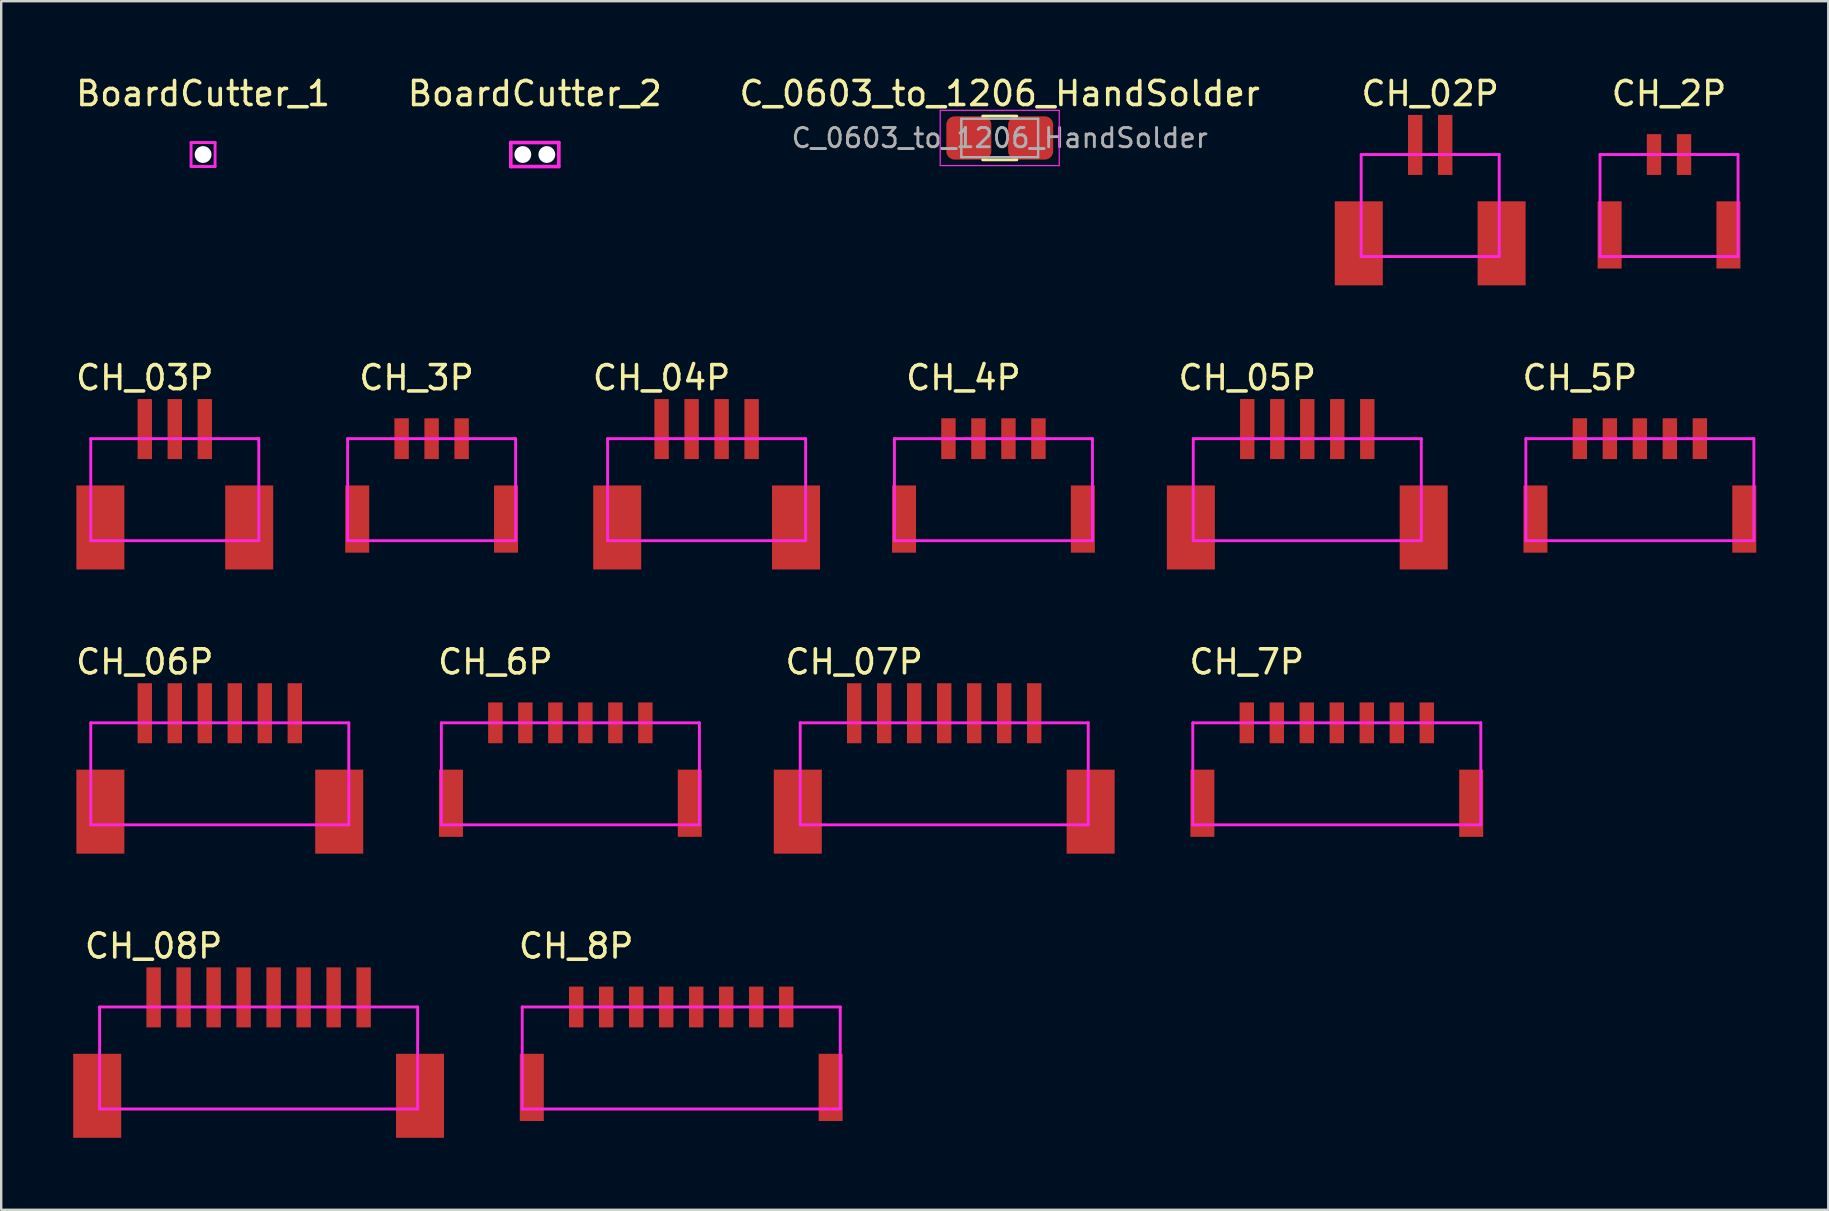
<source format=kicad_pcb>
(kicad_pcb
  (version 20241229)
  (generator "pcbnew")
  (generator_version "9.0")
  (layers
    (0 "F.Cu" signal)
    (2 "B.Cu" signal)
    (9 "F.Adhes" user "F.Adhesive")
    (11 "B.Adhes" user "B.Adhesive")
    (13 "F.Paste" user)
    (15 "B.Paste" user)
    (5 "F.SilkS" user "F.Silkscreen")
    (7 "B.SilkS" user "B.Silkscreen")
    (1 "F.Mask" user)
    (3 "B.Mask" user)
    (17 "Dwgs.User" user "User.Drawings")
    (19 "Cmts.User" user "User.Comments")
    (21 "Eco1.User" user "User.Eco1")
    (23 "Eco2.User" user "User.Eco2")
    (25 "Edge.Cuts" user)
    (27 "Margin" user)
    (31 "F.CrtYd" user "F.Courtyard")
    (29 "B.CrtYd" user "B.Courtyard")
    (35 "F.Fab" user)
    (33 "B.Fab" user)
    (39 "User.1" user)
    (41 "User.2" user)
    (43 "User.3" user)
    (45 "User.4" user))
  (footprint "CH_07P"
    (layer "F.Cu")
    (at 36.288 27.065)
    (property "Reference" "CH_07P" (at -3.75 -2.54 0) (layer "F.SilkS") (effects (font (size 1 1) (thickness 0.15))))
    (attr through_hole)
    (fp_line (start -6 0) (end -6 4.25) (stroke (width 0.12) (type solid)) (layer "F.CrtYd"))
    (fp_line (start -6 0) (end 6 0) (stroke (width 0.12) (type solid)) (layer "F.CrtYd"))
    (fp_line (start 6 0) (end 6 4.25) (stroke (width 0.12) (type solid)) (layer "F.CrtYd"))
    (fp_line (start 6 4.25) (end -6 4.25) (stroke (width 0.12) (type solid)) (layer "F.CrtYd"))
    (pad "0" connect rect (at -6.1 3.7) (size 2 3.5) (layers "F.Cu" "F.Mask"))
    (pad "0" connect rect (at 6.1 3.7) (size 2 3.5) (layers "F.Cu" "F.Mask"))
    (pad "1" connect rect (at -3.75 -0.4) (size 0.6 2.5) (layers "F.Cu" "F.Mask"))
    (pad "2" connect rect (at -2.5 -0.4) (size 0.6 2.5) (layers "F.Cu" "F.Mask"))
    (pad "3" connect rect (at -1.25 -0.4) (size 0.6 2.5) (layers "F.Cu" "F.Mask"))
    (pad "4" connect rect (at 0 -0.4) (size 0.6 2.5) (layers "F.Cu" "F.Mask"))
    (pad "5" connect rect (at 1.25 -0.4) (size 0.6 2.5) (layers "F.Cu" "F.Mask"))
    (pad "6" connect rect (at 2.5 -0.4) (size 0.6 2.5) (layers "F.Cu" "F.Mask"))
    (pad "7" connect rect (at 3.75 -0.4) (size 0.6 2.5) (layers "F.Cu" "F.Mask")))
  (footprint "CH_2P"
    (layer "F.Cu")
    (at 66.485 3.388)
    (property "Reference" "CH_2P" (at 0 -2.54 0) (layer "F.SilkS") (effects (font (size 1 1) (thickness 0.15))))
    (attr through_hole)
    (fp_line (start -2.875 0) (end -2.875 4.25) (stroke (width 0.12) (type solid)) (layer "F.CrtYd"))
    (fp_line (start -2.875 0) (end 2.875 0) (stroke (width 0.12) (type solid)) (layer "F.CrtYd"))
    (fp_line (start 2.875 0) (end 2.875 4.25) (stroke (width 0.12) (type solid)) (layer "F.CrtYd"))
    (fp_line (start 2.875 4.25) (end -2.875 4.25) (stroke (width 0.12) (type solid)) (layer "F.CrtYd"))
    (pad "0" connect rect (at -2.475 3.35) (size 1 2.8) (layers "F.Cu" "F.Mask"))
    (pad "0" connect rect (at 2.475 3.35) (size 1 2.8) (layers "F.Cu" "F.Mask"))
    (pad "1" connect rect (at -0.625 0) (size 0.6 1.7) (layers "F.Cu" "F.Mask"))
    (pad "2" connect rect (at 0.625 0) (size 0.6 1.7) (layers "F.Cu" "F.Mask")))
  (footprint "CH_5P"
    (layer "F.Cu")
    (at 62.77 15.226)
    (property "Reference" "CH_5P" (at 0 -2.54 0) (layer "F.SilkS") (effects (font (size 1 1) (thickness 0.15))))
    (attr through_hole)
    (fp_line (start -2.25 0) (end -2.25 4.25) (stroke (width 0.12) (type solid)) (layer "F.CrtYd"))
    (fp_line (start -2.25 0) (end 7.25 0) (stroke (width 0.12) (type solid)) (layer "F.CrtYd"))
    (fp_line (start 7.25 0) (end 7.25 4.25) (stroke (width 0.12) (type solid)) (layer "F.CrtYd"))
    (fp_line (start 7.25 4.25) (end -2.25 4.25) (stroke (width 0.12) (type solid)) (layer "F.CrtYd"))
    (pad "0" connect rect (at -1.85 3.35) (size 1 2.8) (layers "F.Cu" "F.Mask"))
    (pad "0" connect rect (at 6.85 3.35) (size 1 2.8) (layers "F.Cu" "F.Mask"))
    (pad "1" connect rect (at 0 0) (size 0.6 1.7) (layers "F.Cu" "F.Mask"))
    (pad "2" connect rect (at 1.25 0) (size 0.6 1.7) (layers "F.Cu" "F.Mask"))
    (pad "3" connect rect (at 2.5 0) (size 0.6 1.7) (layers "F.Cu" "F.Mask"))
    (pad "4" connect rect (at 3.75 0) (size 0.6 1.7) (layers "F.Cu" "F.Mask"))
    (pad "5" connect rect (at 5 0) (size 0.6 1.7) (layers "F.Cu" "F.Mask")))
  (footprint "CH_4P"
    (layer "F.Cu")
    (at 37.089 15.226)
    (property "Reference" "CH_4P" (at 0 -2.54 0) (layer "F.SilkS") (effects (font (size 1 1) (thickness 0.15))))
    (attr through_hole)
    (fp_line (start -2.875 0) (end -2.875 4.25) (stroke (width 0.12) (type solid)) (layer "F.CrtYd"))
    (fp_line (start -2.875 0) (end 5.375 0) (stroke (width 0.12) (type solid)) (layer "F.CrtYd"))
    (fp_line (start 5.375 0) (end 5.375 4.25) (stroke (width 0.12) (type solid)) (layer "F.CrtYd"))
    (fp_line (start 5.375 4.25) (end -2.875 4.25) (stroke (width 0.12) (type solid)) (layer "F.CrtYd"))
    (pad "0" connect rect (at -2.475 3.35) (size 1 2.8) (layers "F.Cu" "F.Mask"))
    (pad "0" connect rect (at 4.975 3.35) (size 1 2.8) (layers "F.Cu" "F.Mask"))
    (pad "1" connect rect (at -0.625 0) (size 0.6 1.7) (layers "F.Cu" "F.Mask"))
    (pad "2" connect rect (at 0.625 0) (size 0.6 1.7) (layers "F.Cu" "F.Mask"))
    (pad "3" connect rect (at 1.875 0) (size 0.6 1.7) (layers "F.Cu" "F.Mask"))
    (pad "4" connect rect (at 3.125 0) (size 0.6 1.7) (layers "F.Cu" "F.Mask")))
  (footprint "CH_8P"
    (layer "F.Cu")
    (at 20.956 38.903)
    (property "Reference" "CH_8P" (at 0 -2.54 0) (layer "F.SilkS") (effects (font (size 1 1) (thickness 0.15))))
    (attr through_hole)
    (fp_line (start -2.25 0) (end -2.25 4.25) (stroke (width 0.12) (type solid)) (layer "F.CrtYd"))
    (fp_line (start -2.25 0) (end 11 0) (stroke (width 0.12) (type solid)) (layer "F.CrtYd"))
    (fp_line (start 11 0) (end 11 4.25) (stroke (width 0.12) (type solid)) (layer "F.CrtYd"))
    (fp_line (start 11 4.25) (end -2.25 4.25) (stroke (width 0.12) (type solid)) (layer "F.CrtYd"))
    (pad "0" connect rect (at -1.85 3.35) (size 1 2.8) (layers "F.Cu" "F.Mask"))
    (pad "0" connect rect (at 10.6 3.35) (size 1 2.8) (layers "F.Cu" "F.Mask"))
    (pad "1" connect rect (at 0 0) (size 0.6 1.7) (layers "F.Cu" "F.Mask"))
    (pad "2" connect rect (at 1.25 0) (size 0.6 1.7) (layers "F.Cu" "F.Mask"))
    (pad "3" connect rect (at 2.5 0) (size 0.6 1.7) (layers "F.Cu" "F.Mask"))
    (pad "4" connect rect (at 3.75 0) (size 0.6 1.7) (layers "F.Cu" "F.Mask"))
    (pad "5" connect rect (at 5 0) (size 0.6 1.7) (layers "F.Cu" "F.Mask"))
    (pad "6" connect rect (at 6.25 0) (size 0.6 1.7) (layers "F.Cu" "F.Mask"))
    (pad "7" connect rect (at 7.5 0) (size 0.6 1.7) (layers "F.Cu" "F.Mask"))
    (pad "8" connect rect (at 8.75 0) (size 0.6 1.7) (layers "F.Cu" "F.Mask")))
  (footprint "CH_05P"
    (layer "F.Cu")
    (at 51.414 15.226)
    (property "Reference" "CH_05P" (at -2.5 -2.54 0) (layer "F.SilkS") (effects (font (size 1 1) (thickness 0.15))))
    (attr through_hole)
    (fp_line (start -4.75 0) (end -4.75 4.25) (stroke (width 0.12) (type solid)) (layer "F.CrtYd"))
    (fp_line (start -4.75 0) (end 4.75 0) (stroke (width 0.12) (type solid)) (layer "F.CrtYd"))
    (fp_line (start 4.75 0) (end 4.75 4.25) (stroke (width 0.12) (type solid)) (layer "F.CrtYd"))
    (fp_line (start 4.75 4.25) (end -4.75 4.25) (stroke (width 0.12) (type solid)) (layer "F.CrtYd"))
    (pad "0" connect rect (at -4.85 3.7) (size 2 3.5) (layers "F.Cu" "F.Mask"))
    (pad "0" connect rect (at 4.85 3.7) (size 2 3.5) (layers "F.Cu" "F.Mask"))
    (pad "1" connect rect (at -2.5 -0.4) (size 0.6 2.5) (layers "F.Cu" "F.Mask"))
    (pad "2" connect rect (at -1.25 -0.4) (size 0.6 2.5) (layers "F.Cu" "F.Mask"))
    (pad "3" connect rect (at 0 -0.4) (size 0.6 2.5) (layers "F.Cu" "F.Mask"))
    (pad "4" connect rect (at 1.25 -0.4) (size 0.6 2.5) (layers "F.Cu" "F.Mask"))
    (pad "5" connect rect (at 2.5 -0.4) (size 0.6 2.5) (layers "F.Cu" "F.Mask")))
  (footprint "C_0603_to_1206_HandSolder"
    (layer "F.Cu")
    (at 38.601 2.698)
    (property "Reference" "C_0603_to_1206_HandSolder" (at 0 -1.85 0) (layer "F.SilkS") (effects (font (size 1 1) (thickness 0.15))))
    (attr smd)
    (fp_line (start -0.711 -0.91) (end 0.711 -0.91) (stroke (width 0.12) (type solid)) (layer "F.SilkS"))
    (fp_line (start -0.711 0.91) (end 0.711 0.91) (stroke (width 0.12) (type solid)) (layer "F.SilkS"))
    (fp_line (start -2.48 -1.15) (end 2.48 -1.15) (stroke (width 0.05) (type solid)) (layer "F.CrtYd"))
    (fp_line (start -2.48 1.15) (end -2.48 -1.15) (stroke (width 0.05) (type solid)) (layer "F.CrtYd"))
    (fp_line (start 2.48 -1.15) (end 2.48 1.15) (stroke (width 0.05) (type solid)) (layer "F.CrtYd"))
    (fp_line (start 2.48 1.15) (end -2.48 1.15) (stroke (width 0.05) (type solid)) (layer "F.CrtYd"))
    (fp_line (start -1.6 -0.8) (end 1.6 -0.8) (stroke (width 0.1) (type solid)) (layer "F.Fab"))
    (fp_line (start -1.6 0.8) (end -1.6 -0.8) (stroke (width 0.1) (type solid)) (layer "F.Fab"))
    (fp_line (start 1.6 -0.8) (end 1.6 0.8) (stroke (width 0.1) (type solid)) (layer "F.Fab"))
    (fp_line (start 1.6 0.8) (end -1.6 0.8) (stroke (width 0.1) (type solid)) (layer "F.Fab"))
    (fp_text user "${REFERENCE}" (at 0 0 0) (layer "F.Fab") (effects (font (size 0.8 0.8) (thickness 0.12))))
    (pad "1" smd roundrect (at -1.288 0) (size 1.875 1.8) (layers "F.Cu" "F.Mask" "F.Paste") (roundrect_rratio 0.189))
    (pad "2" smd roundrect (at 1.288 0) (size 1.875 1.8) (layers "F.Cu" "F.Mask" "F.Paste") (roundrect_rratio 0.189)))
  (footprint "CH_08P"
    (layer "F.Cu")
    (at 7.725 38.903)
    (property "Reference" "CH_08P" (at -4.375 -2.54 0) (layer "F.SilkS") (effects (font (size 1 1) (thickness 0.15))))
    (attr through_hole)
    (fp_line (start -6.625 0) (end -6.625 4.25) (stroke (width 0.12) (type solid)) (layer "F.CrtYd"))
    (fp_line (start -6.625 0) (end 6.625 0) (stroke (width 0.12) (type solid)) (layer "F.CrtYd"))
    (fp_line (start 6.625 0) (end 6.625 4.25) (stroke (width 0.12) (type solid)) (layer "F.CrtYd"))
    (fp_line (start 6.625 4.25) (end -6.625 4.25) (stroke (width 0.12) (type solid)) (layer "F.CrtYd"))
    (pad "0" connect rect (at -6.725 3.7) (size 2 3.5) (layers "F.Cu" "F.Mask"))
    (pad "0" connect rect (at 6.725 3.7) (size 2 3.5) (layers "F.Cu" "F.Mask"))
    (pad "1" connect rect (at -4.375 -0.4) (size 0.6 2.5) (layers "F.Cu" "F.Mask"))
    (pad "2" connect rect (at -3.125 -0.4) (size 0.6 2.5) (layers "F.Cu" "F.Mask"))
    (pad "3" connect rect (at -1.875 -0.4) (size 0.6 2.5) (layers "F.Cu" "F.Mask"))
    (pad "4" connect rect (at -0.625 -0.4) (size 0.6 2.5) (layers "F.Cu" "F.Mask"))
    (pad "5" connect rect (at 0.625 -0.4) (size 0.6 2.5) (layers "F.Cu" "F.Mask"))
    (pad "6" connect rect (at 1.875 -0.4) (size 0.6 2.5) (layers "F.Cu" "F.Mask"))
    (pad "7" connect rect (at 3.125 -0.4) (size 0.6 2.5) (layers "F.Cu" "F.Mask"))
    (pad "8" connect rect (at 4.375 -0.4) (size 0.6 2.5) (layers "F.Cu" "F.Mask")))
  (footprint "CH_3P"
    (layer "F.Cu")
    (at 14.307 15.226)
    (property "Reference" "CH_3P" (at 0 -2.54 0) (layer "F.SilkS") (effects (font (size 1 1) (thickness 0.15))))
    (attr through_hole)
    (fp_line (start -2.875 0) (end -2.875 4.25) (stroke (width 0.12) (type solid)) (layer "F.CrtYd"))
    (fp_line (start -2.875 0) (end 4.125 0) (stroke (width 0.12) (type solid)) (layer "F.CrtYd"))
    (fp_line (start 4.125 0) (end 4.125 4.25) (stroke (width 0.12) (type solid)) (layer "F.CrtYd"))
    (fp_line (start 4.125 4.25) (end -2.875 4.25) (stroke (width 0.12) (type solid)) (layer "F.CrtYd"))
    (pad "0" connect rect (at -2.475 3.35) (size 1 2.8) (layers "F.Cu" "F.Mask"))
    (pad "0" connect rect (at 3.725 3.35) (size 1 2.8) (layers "F.Cu" "F.Mask"))
    (pad "1" connect rect (at -0.625 0) (size 0.6 1.7) (layers "F.Cu" "F.Mask"))
    (pad "2" connect rect (at 0.625 0) (size 0.6 1.7) (layers "F.Cu" "F.Mask"))
    (pad "3" connect rect (at 1.875 0) (size 0.6 1.7) (layers "F.Cu" "F.Mask")))
  (footprint "CH_03P"
    (layer "F.Cu")
    (at 2.982 15.226)
    (property "Reference" "CH_03P" (at 0 -2.54 0) (layer "F.SilkS") (effects (font (size 1 1) (thickness 0.15))))
    (attr through_hole)
    (fp_line (start -2.25 0) (end -2.25 4.25) (stroke (width 0.12) (type solid)) (layer "F.CrtYd"))
    (fp_line (start -2.25 0) (end 4.75 0) (stroke (width 0.12) (type solid)) (layer "F.CrtYd"))
    (fp_line (start 4.75 0) (end 4.75 4.25) (stroke (width 0.12) (type solid)) (layer "F.CrtYd"))
    (fp_line (start 4.75 4.25) (end -2.25 4.25) (stroke (width 0.12) (type solid)) (layer "F.CrtYd"))
    (pad "0" connect rect (at -1.85 3.7) (size 2 3.5) (layers "F.Cu" "F.Mask"))
    (pad "0" connect rect (at 4.35 3.7) (size 2 3.5) (layers "F.Cu" "F.Mask"))
    (pad "1" connect rect (at 0 -0.4) (size 0.6 2.5) (layers "F.Cu" "F.Mask"))
    (pad "2" connect rect (at 1.25 -0.4) (size 0.6 2.5) (layers "F.Cu" "F.Mask"))
    (pad "3" connect rect (at 2.5 -0.4) (size 0.6 2.5) (layers "F.Cu" "F.Mask")))
  (footprint "CH_7P"
    (layer "F.Cu")
    (at 48.894 27.065)
    (property "Reference" "CH_7P" (at 0 -2.54 0) (layer "F.SilkS") (effects (font (size 1 1) (thickness 0.15))))
    (attr through_hole)
    (fp_line (start -2.25 0) (end -2.25 4.25) (stroke (width 0.12) (type solid)) (layer "F.CrtYd"))
    (fp_line (start -2.25 0) (end 9.75 0) (stroke (width 0.12) (type solid)) (layer "F.CrtYd"))
    (fp_line (start 9.75 0) (end 9.75 4.25) (stroke (width 0.12) (type solid)) (layer "F.CrtYd"))
    (fp_line (start 9.75 4.25) (end -2.25 4.25) (stroke (width 0.12) (type solid)) (layer "F.CrtYd"))
    (pad "0" connect rect (at -1.85 3.35) (size 1 2.8) (layers "F.Cu" "F.Mask"))
    (pad "0" connect rect (at 9.35 3.35) (size 1 2.8) (layers "F.Cu" "F.Mask"))
    (pad "1" connect rect (at 0 0) (size 0.6 1.7) (layers "F.Cu" "F.Mask"))
    (pad "2" connect rect (at 1.25 0) (size 0.6 1.7) (layers "F.Cu" "F.Mask"))
    (pad "3" connect rect (at 2.5 0) (size 0.6 1.7) (layers "F.Cu" "F.Mask"))
    (pad "4" connect rect (at 3.75 0) (size 0.6 1.7) (layers "F.Cu" "F.Mask"))
    (pad "5" connect rect (at 5 0) (size 0.6 1.7) (layers "F.Cu" "F.Mask"))
    (pad "6" connect rect (at 6.25 0) (size 0.6 1.7) (layers "F.Cu" "F.Mask"))
    (pad "7" connect rect (at 7.5 0) (size 0.6 1.7) (layers "F.Cu" "F.Mask")))
  (footprint "CH_04P"
    (layer "F.Cu")
    (at 24.514 15.226)
    (property "Reference" "CH_04P" (at 0 -2.54 0) (layer "F.SilkS") (effects (font (size 1 1) (thickness 0.15))))
    (attr through_hole)
    (fp_line (start -2.25 0) (end -2.25 4.25) (stroke (width 0.12) (type solid)) (layer "F.CrtYd"))
    (fp_line (start -2.25 0) (end 6 0) (stroke (width 0.12) (type solid)) (layer "F.CrtYd"))
    (fp_line (start 6 0) (end 6 4.25) (stroke (width 0.12) (type solid)) (layer "F.CrtYd"))
    (fp_line (start 6 4.25) (end -2.25 4.25) (stroke (width 0.12) (type solid)) (layer "F.CrtYd"))
    (pad "0" connect rect (at -1.85 3.7) (size 2 3.5) (layers "F.Cu" "F.Mask"))
    (pad "0" connect rect (at 5.6 3.7) (size 2 3.5) (layers "F.Cu" "F.Mask"))
    (pad "1" connect rect (at 0 -0.4) (size 0.6 2.5) (layers "F.Cu" "F.Mask"))
    (pad "2" connect rect (at 1.25 -0.4) (size 0.6 2.5) (layers "F.Cu" "F.Mask"))
    (pad "3" connect rect (at 2.5 -0.4) (size 0.6 2.5) (layers "F.Cu" "F.Mask"))
    (pad "4" connect rect (at 3.75 -0.4) (size 0.6 2.5) (layers "F.Cu" "F.Mask")))
  (footprint "BoardCutter_2"
    (layer "F.Cu")
    (at 19.232 3.388)
    (property "Reference" "BoardCutter_2" (at 0 -2.54 0) (layer "F.SilkS") (effects (font (size 1 1) (thickness 0.15))))
    (attr through_hole)
    (fp_line (start -1 -0.5) (end -1 0.5) (stroke (width 0.15) (type solid)) (layer "F.CrtYd"))
    (fp_line (start -1 0.5) (end 1 0.5) (stroke (width 0.15) (type solid)) (layer "F.CrtYd"))
    (fp_line (start 1 -0.5) (end -1 -0.5) (stroke (width 0.15) (type solid)) (layer "F.CrtYd"))
    (fp_line (start 1 -0.5) (end 1 0.5) (stroke (width 0.15) (type solid)) (layer "F.CrtYd"))
    (pad "" np_thru_hole circle (at -0.5 0) (size 0.7 0.7) (drill 0.7) (layers "*.Cu" "*.Mask"))
    (pad "" np_thru_hole circle (at 0.5 0) (size 0.7 0.7) (drill 0.7) (layers "*.Cu" "*.Mask")))
  (footprint "CH_02P"
    (layer "F.Cu")
    (at 56.535 3.388)
    (property "Reference" "CH_02P" (at 0 -2.54 0) (layer "F.SilkS") (effects (font (size 1 1) (thickness 0.15))))
    (attr through_hole)
    (fp_line (start -2.875 0) (end -2.875 4.25) (stroke (width 0.12) (type solid)) (layer "F.CrtYd"))
    (fp_line (start -2.875 0) (end 2.875 0) (stroke (width 0.12) (type solid)) (layer "F.CrtYd"))
    (fp_line (start 2.875 0) (end 2.875 4.25) (stroke (width 0.12) (type solid)) (layer "F.CrtYd"))
    (fp_line (start 2.875 4.25) (end -2.875 4.25) (stroke (width 0.12) (type solid)) (layer "F.CrtYd"))
    (pad "0" connect rect (at -2.975 3.7) (size 2 3.5) (layers "F.Cu" "F.Mask"))
    (pad "0" connect rect (at 2.975 3.7) (size 2 3.5) (layers "F.Cu" "F.Mask"))
    (pad "1" connect rect (at -0.625 -0.4) (size 0.6 2.5) (layers "F.Cu" "F.Mask"))
    (pad "2" connect rect (at 0.625 -0.4) (size 0.6 2.5) (layers "F.Cu" "F.Mask")))
  (footprint "CH_6P"
    (layer "F.Cu")
    (at 17.588 27.065)
    (property "Reference" "CH_6P" (at 0 -2.54 0) (layer "F.SilkS") (effects (font (size 1 1) (thickness 0.15))))
    (attr through_hole)
    (fp_line (start -2.25 0) (end -2.25 4.25) (stroke (width 0.12) (type solid)) (layer "F.CrtYd"))
    (fp_line (start -2.25 0) (end 8.5 0) (stroke (width 0.12) (type solid)) (layer "F.CrtYd"))
    (fp_line (start 8.5 0) (end 8.5 4.25) (stroke (width 0.12) (type solid)) (layer "F.CrtYd"))
    (fp_line (start 8.5 4.25) (end -2.25 4.25) (stroke (width 0.12) (type solid)) (layer "F.CrtYd"))
    (pad "0" connect rect (at -1.85 3.35) (size 1 2.8) (layers "F.Cu" "F.Mask"))
    (pad "0" connect rect (at 8.1 3.35) (size 1 2.8) (layers "F.Cu" "F.Mask"))
    (pad "1" connect rect (at 0 0) (size 0.6 1.7) (layers "F.Cu" "F.Mask"))
    (pad "2" connect rect (at 1.25 0) (size 0.6 1.7) (layers "F.Cu" "F.Mask"))
    (pad "3" connect rect (at 2.5 0) (size 0.6 1.7) (layers "F.Cu" "F.Mask"))
    (pad "4" connect rect (at 3.75 0) (size 0.6 1.7) (layers "F.Cu" "F.Mask"))
    (pad "5" connect rect (at 5 0) (size 0.6 1.7) (layers "F.Cu" "F.Mask"))
    (pad "6" connect rect (at 6.25 0) (size 0.6 1.7) (layers "F.Cu" "F.Mask")))
  (footprint "CH_06P"
    (layer "F.Cu")
    (at 2.982 27.065)
    (property "Reference" "CH_06P" (at 0 -2.54 0) (layer "F.SilkS") (effects (font (size 1 1) (thickness 0.15))))
    (attr through_hole)
    (fp_line (start -2.25 0) (end -2.25 4.25) (stroke (width 0.12) (type solid)) (layer "F.CrtYd"))
    (fp_line (start -2.25 0) (end 8.5 0) (stroke (width 0.12) (type solid)) (layer "F.CrtYd"))
    (fp_line (start 8.5 0) (end 8.5 4.25) (stroke (width 0.12) (type solid)) (layer "F.CrtYd"))
    (fp_line (start 8.5 4.25) (end -2.25 4.25) (stroke (width 0.12) (type solid)) (layer "F.CrtYd"))
    (pad "0" connect rect (at -1.85 3.7) (size 2 3.5) (layers "F.Cu" "F.Mask"))
    (pad "0" connect rect (at 8.1 3.7) (size 2 3.5) (layers "F.Cu" "F.Mask"))
    (pad "1" connect rect (at 0 -0.4) (size 0.6 2.5) (layers "F.Cu" "F.Mask"))
    (pad "2" connect rect (at 1.25 -0.4) (size 0.6 2.5) (layers "F.Cu" "F.Mask"))
    (pad "3" connect rect (at 2.5 -0.4) (size 0.6 2.5) (layers "F.Cu" "F.Mask"))
    (pad "4" connect rect (at 3.75 -0.4) (size 0.6 2.5) (layers "F.Cu" "F.Mask"))
    (pad "5" connect rect (at 5 -0.4) (size 0.6 2.5) (layers "F.Cu" "F.Mask"))
    (pad "6" connect rect (at 6.25 -0.4) (size 0.6 2.5) (layers "F.Cu" "F.Mask")))
  (footprint "BoardCutter_1"
    (layer "F.Cu")
    (at 5.411 3.388)
    (property "Reference" "BoardCutter_1" (at 0 -2.54 0) (layer "F.SilkS") (effects (font (size 1 1) (thickness 0.15))))
    (attr through_hole)
    (fp_line (start -0.5 -0.5) (end 0.5 -0.5) (stroke (width 0.12) (type solid)) (layer "F.CrtYd"))
    (fp_line (start -0.5 0.5) (end -0.5 -0.5) (stroke (width 0.12) (type solid)) (layer "F.CrtYd"))
    (fp_line (start 0.5 -0.5) (end 0.5 0.5) (stroke (width 0.12) (type solid)) (layer "F.CrtYd"))
    (fp_line (start 0.5 0.5) (end -0.5 0.5) (stroke (width 0.12) (type solid)) (layer "F.CrtYd"))
    (pad "" np_thru_hole circle (at 0 0) (size 0.7 0.7) (drill 0.7) (layers "*.Cu" "*.Mask")))
  (gr_rect
    (start -3 -3)
    (end 73.12 47.353)
    (stroke (width 0.1) (type default))
    (fill no)
    (layer "Edge.Cuts")))
</source>
